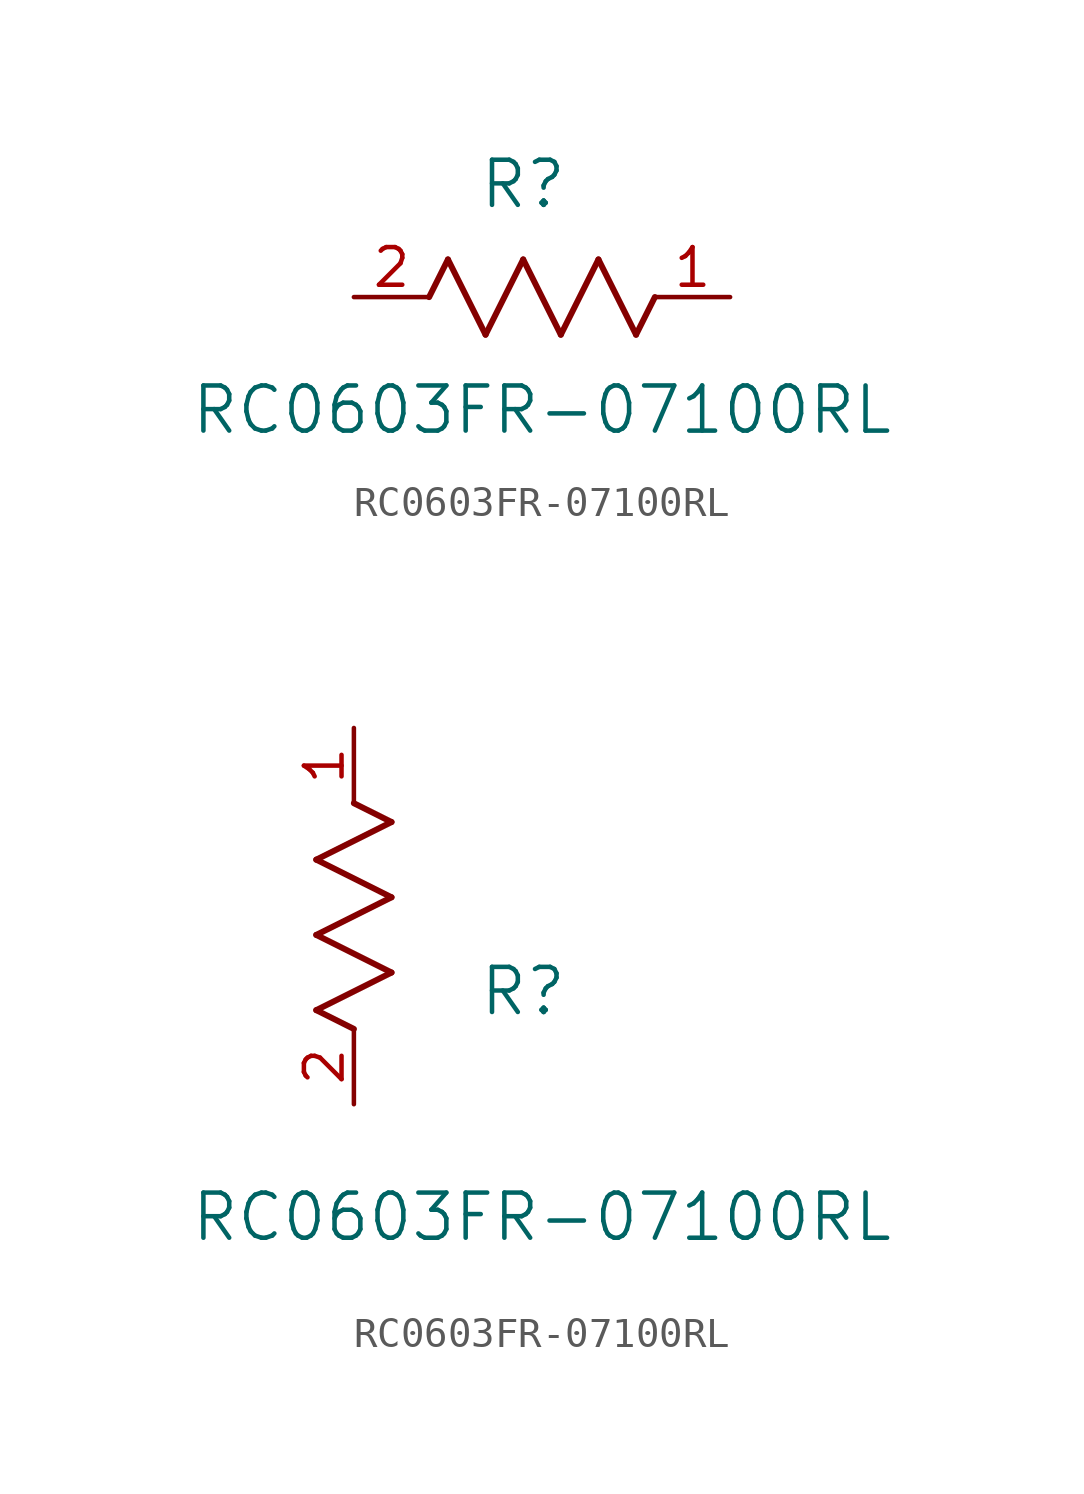
<source format=kicad_sym>
(kicad_symbol_lib
  (version 20211014)
  (generator kicad_symbol_editor)
  (symbol "RC0603FR-07100RL"
    (pin_names
      (offset 0.254))
    (property "Reference" "R"
      (at 5.715 3.81 0)
      (effects (font (size 1.524 1.524))))
    (property "Value" "RC0603FR-07100RL"
      (at 6.35 -3.81 0)
      (effects (font (size 1.524 1.524))))
    (symbol "RC0603FR-07100RL_1_1"
      (polyline (pts (xy 3.175 1.27) (xy 4.445 -1.27)) (stroke (width 0.203) (type default) (color 0 0 0 0)) (fill (type none)))
      (polyline (pts (xy 4.445 -1.27) (xy 5.715 1.27)) (stroke (width 0.203) (type default) (color 0 0 0 0)) (fill (type none)))
      (polyline (pts (xy 5.715 1.27) (xy 6.985 -1.27)) (stroke (width 0.203) (type default) (color 0 0 0 0)) (fill (type none)))
      (polyline (pts (xy 6.985 -1.27) (xy 8.255 1.27)) (stroke (width 0.203) (type default) (color 0 0 0 0)) (fill (type none)))
      (polyline (pts (xy 8.255 1.27) (xy 9.525 -1.27)) (stroke (width 0.203) (type default) (color 0 0 0 0)) (fill (type none)))
      (polyline (pts (xy 2.54 0) (xy 3.175 1.27)) (stroke (width 0.203) (type default) (color 0 0 0 0)) (fill (type none)))
      (polyline (pts (xy 9.525 -1.27) (xy 10.16 0)) (stroke (width 0.203) (type default) (color 0 0 0 0)) (fill (type none)))
      (pin unspecified line (at 12.7 0 180) (length 2.54) (name "" (effects (font (size 1.27 1.27)))) (number "1" (effects (font (size 1.27 1.27)))))
      (pin unspecified line (at 0 0 0) (length 2.54) (name "" (effects (font (size 1.27 1.27)))) (number "2" (effects (font (size 1.27 1.27))))))
    (symbol "RC0603FR-07100RL_1_2"
      (polyline (pts (xy 0 2.54) (xy -1.27 3.175)) (stroke (width 0.203) (type default) (color 0 0 0 0)) (fill (type none)))
      (polyline (pts (xy -1.27 3.175) (xy 1.27 4.445)) (stroke (width 0.203) (type default) (color 0 0 0 0)) (fill (type none)))
      (polyline (pts (xy 1.27 4.445) (xy -1.27 5.715)) (stroke (width 0.203) (type default) (color 0 0 0 0)) (fill (type none)))
      (polyline (pts (xy -1.27 5.715) (xy 1.27 6.985)) (stroke (width 0.203) (type default) (color 0 0 0 0)) (fill (type none)))
      (polyline (pts (xy -1.27 8.255) (xy 1.27 9.525)) (stroke (width 0.203) (type default) (color 0 0 0 0)) (fill (type none)))
      (polyline (pts (xy 1.27 9.525) (xy 0 10.16)) (stroke (width 0.203) (type default) (color 0 0 0 0)) (fill (type none)))
      (polyline (pts (xy 1.27 6.985) (xy -1.27 8.255)) (stroke (width 0.203) (type default) (color 0 0 0 0)) (fill (type none)))
      (pin unspecified line (at 0 12.7 270) (length 2.54) (name "" (effects (font (size 1.27 1.27)))) (number "1" (effects (font (size 1.27 1.27)))))
      (pin unspecified line (at 0 0 90) (length 2.54) (name "" (effects (font (size 1.27 1.27)))) (number "2" (effects (font (size 1.27 1.27))))))))
</source>
